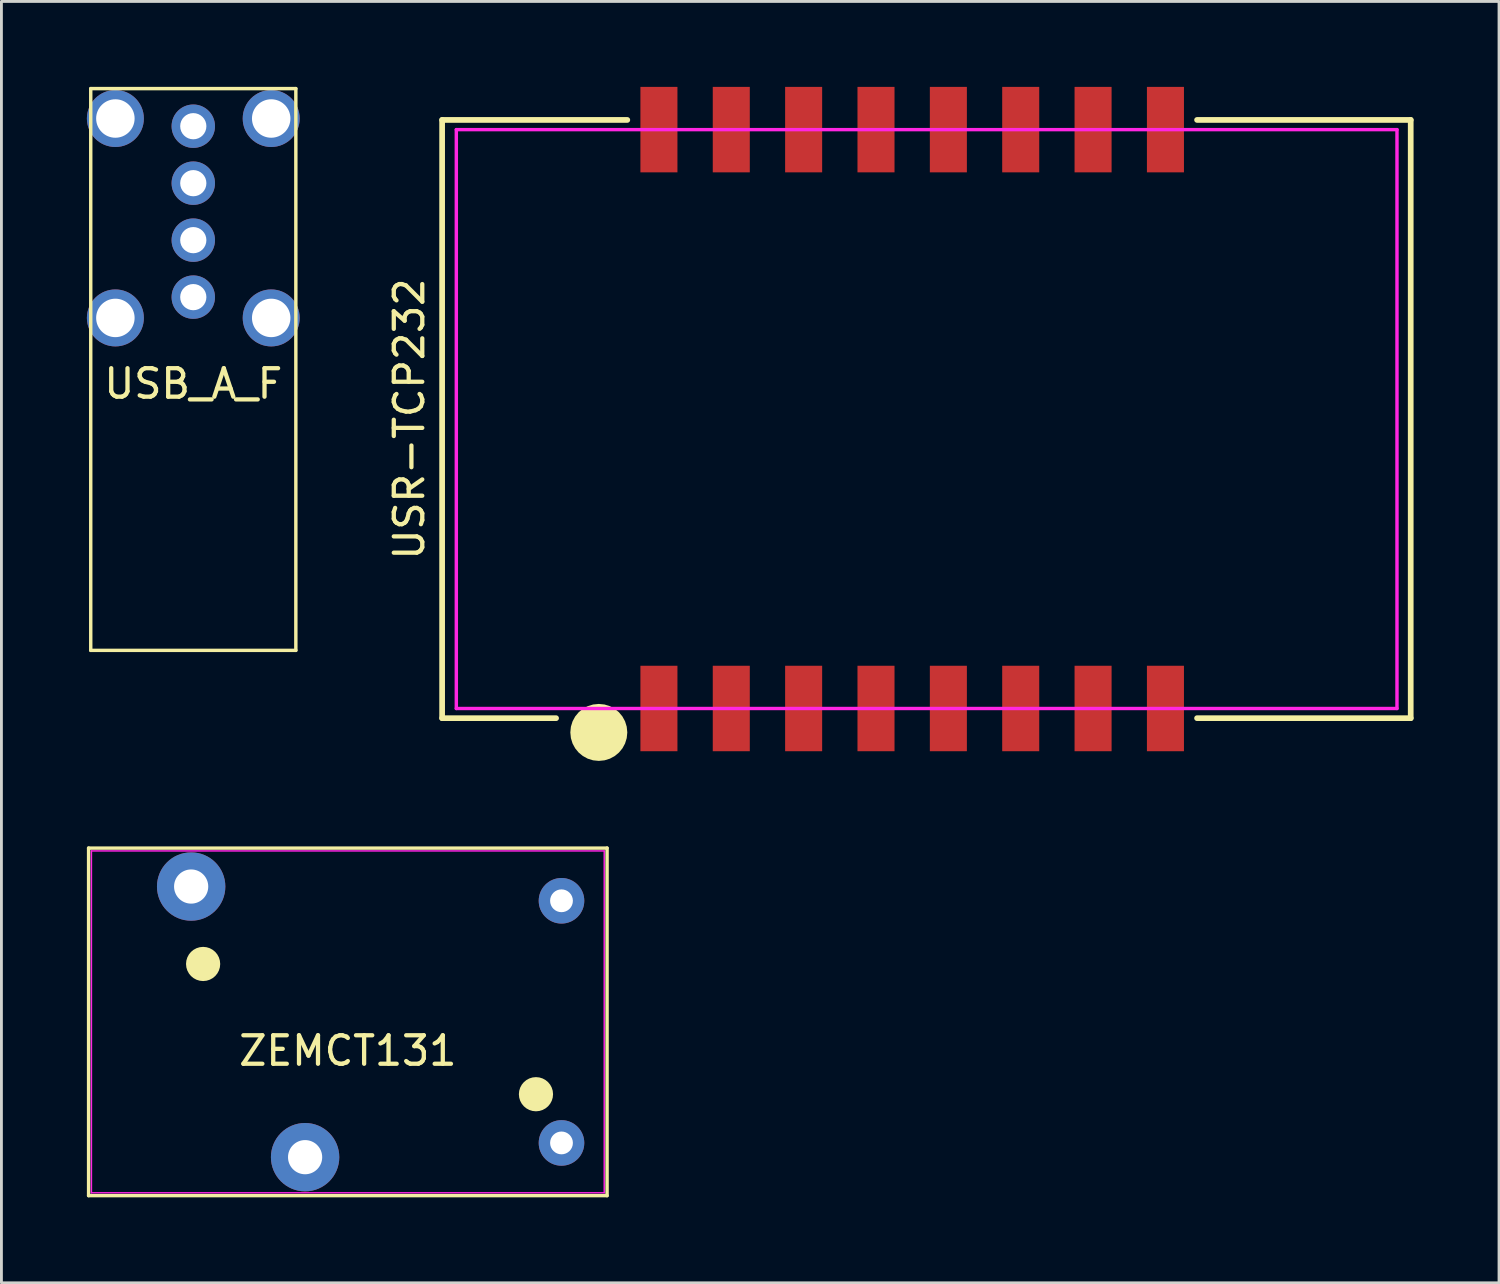
<source format=kicad_pcb>
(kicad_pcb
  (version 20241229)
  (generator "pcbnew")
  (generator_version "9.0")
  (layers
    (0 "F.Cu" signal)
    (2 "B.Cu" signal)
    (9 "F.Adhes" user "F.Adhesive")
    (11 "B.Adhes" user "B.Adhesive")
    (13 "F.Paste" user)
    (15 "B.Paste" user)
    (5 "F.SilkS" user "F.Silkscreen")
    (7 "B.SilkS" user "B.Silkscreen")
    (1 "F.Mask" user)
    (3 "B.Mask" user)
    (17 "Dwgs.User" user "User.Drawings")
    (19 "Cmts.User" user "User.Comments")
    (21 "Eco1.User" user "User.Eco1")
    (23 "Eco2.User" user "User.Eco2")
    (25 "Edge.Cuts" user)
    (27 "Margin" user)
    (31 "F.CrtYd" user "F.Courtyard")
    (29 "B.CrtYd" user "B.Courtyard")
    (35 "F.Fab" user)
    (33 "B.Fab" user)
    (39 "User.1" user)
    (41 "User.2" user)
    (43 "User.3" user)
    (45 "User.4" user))
  (footprint "USR-TCP232"
    (layer "F.Cu")
    (at 28.97 11.66)
    (property "Reference" "USR-TCP232" (at -17.652 0 90) (layer "F.SilkS") (effects (font (size 1 1) (thickness 0.15))))
    (attr smd)
    (fp_line (start -16.5 -10.5) (end -16.5 10.5) (stroke (width 0.2) (type solid)) (layer "F.SilkS"))
    (fp_line (start -16.5 10.5) (end -12.5 10.5) (stroke (width 0.2) (type solid)) (layer "F.SilkS"))
    (fp_line (start -10 -10.5) (end -16.5 -10.5) (stroke (width 0.2) (type solid)) (layer "F.SilkS"))
    (fp_line (start 10 10.5) (end 17.5 10.5) (stroke (width 0.2) (type solid)) (layer "F.SilkS"))
    (fp_line (start 17.5 -10.5) (end 10 -10.5) (stroke (width 0.2) (type solid)) (layer "F.SilkS"))
    (fp_line (start 17.5 10.5) (end 17.5 -10.5) (stroke (width 0.2) (type solid)) (layer "F.SilkS"))
    (fp_circle (center -11 11) (end -10.5 11) (stroke (width 1) (type solid)) (fill no) (layer "F.SilkS"))
    (fp_line (start -16.002 -10.16) (end 17.018 -10.16) (stroke (width 0.12) (type solid)) (layer "F.CrtYd"))
    (fp_line (start -16.002 10.16) (end -16.002 -10.16) (stroke (width 0.12) (type solid)) (layer "F.CrtYd"))
    (fp_line (start -16.002 10.16) (end 17.018 10.16) (stroke (width 0.12) (type solid)) (layer "F.CrtYd"))
    (fp_line (start 17.018 -10.16) (end 17.018 10.16) (stroke (width 0.12) (type solid)) (layer "F.CrtYd"))
    (pad "1" smd rect (at -8.89 10.16) (size 1.3 3) (layers "F.Cu" "F.Mask" "F.Paste"))
    (pad "2" smd rect (at -6.35 10.16) (size 1.3 3) (layers "F.Cu" "F.Mask" "F.Paste"))
    (pad "3" smd rect (at -3.81 10.16) (size 1.3 3) (layers "F.Cu" "F.Mask" "F.Paste"))
    (pad "4" smd rect (at -1.27 10.16) (size 1.3 3) (layers "F.Cu" "F.Mask" "F.Paste"))
    (pad "5" smd rect (at 1.27 10.16) (size 1.3 3) (layers "F.Cu" "F.Mask" "F.Paste"))
    (pad "6" smd rect (at 3.81 10.16) (size 1.3 3) (layers "F.Cu" "F.Mask" "F.Paste"))
    (pad "7" smd rect (at 6.35 10.16) (size 1.3 3) (layers "F.Cu" "F.Mask" "F.Paste"))
    (pad "8" smd rect (at 8.89 10.16) (size 1.3 3) (layers "F.Cu" "F.Mask" "F.Paste"))
    (pad "9" smd rect (at 8.89 -10.16) (size 1.3 3) (layers "F.Cu" "F.Mask" "F.Paste"))
    (pad "10" smd rect (at 6.35 -10.16) (size 1.3 3) (layers "F.Cu" "F.Mask" "F.Paste"))
    (pad "11" smd rect (at 3.81 -10.16) (size 1.3 3) (layers "F.Cu" "F.Mask" "F.Paste"))
    (pad "12" smd rect (at 1.27 -10.16) (size 1.3 3) (layers "F.Cu" "F.Mask" "F.Paste"))
    (pad "13" smd rect (at -1.27 -10.16) (size 1.3 3) (layers "F.Cu" "F.Mask" "F.Paste"))
    (pad "14" smd rect (at -3.81 -10.16) (size 1.3 3) (layers "F.Cu" "F.Mask" "F.Paste"))
    (pad "15" smd rect (at -6.35 -10.16) (size 1.3 3) (layers "F.Cu" "F.Mask" "F.Paste"))
    (pad "16" smd rect (at -8.89 -10.16) (size 1.3 3) (layers "F.Cu" "F.Mask" "F.Paste")))
  (footprint "ZEMCT131"
    (layer "F.Cu")
    (at 9.16 32.82)
    (property "Reference" "ZEMCT131" (at 0 1.016 0) (layer "F.SilkS") (effects (font (size 1 1) (thickness 0.15))))
    (attr through_hole)
    (fp_line (start -9.1 -6.1) (end 9.1 -6.1) (stroke (width 0.12) (type solid)) (layer "F.SilkS"))
    (fp_line (start -9.1 6.1) (end -9.1 -6.1) (stroke (width 0.12) (type solid)) (layer "F.SilkS"))
    (fp_line (start 9.1 -6.1) (end 9.1 6.1) (stroke (width 0.12) (type solid)) (layer "F.SilkS"))
    (fp_line (start 9.1 6.1) (end -9.1 6.1) (stroke (width 0.12) (type solid)) (layer "F.SilkS"))
    (fp_circle (center -5.08 -2.032) (end -4.78 -2.032) (stroke (width 0.6) (type solid)) (fill no) (layer "F.SilkS"))
    (fp_circle (center 6.604 2.54) (end 6.904 2.54) (stroke (width 0.6) (type solid)) (fill no) (layer "F.SilkS"))
    (fp_line (start -9 -6) (end 9 -6) (stroke (width 0.05) (type solid)) (layer "F.CrtYd"))
    (fp_line (start -9 6) (end -9 -6) (stroke (width 0.05) (type solid)) (layer "F.CrtYd"))
    (fp_line (start 9 -6) (end 9 6) (stroke (width 0.05) (type solid)) (layer "F.CrtYd"))
    (fp_line (start 9 6) (end -9 6) (stroke (width 0.05) (type solid)) (layer "F.CrtYd"))
    (pad "1" thru_hole circle (at -1.5 4.75) (size 2.4 2.4) (drill 1.2) (layers "*.Cu" "*.Mask"))
    (pad "2" thru_hole circle (at -5.5 -4.75) (size 2.4 2.4) (drill 1.2) (layers "*.Cu" "*.Mask"))
    (pad "3" thru_hole oval (at 7.5 -4.25) (size 1.6 1.6) (drill 0.8) (layers "*.Cu" "*.Mask"))
    (pad "4" thru_hole oval (at 7.5 4.25) (size 1.6 1.6) (drill 0.8) (layers "*.Cu" "*.Mask")))
  (footprint "USB_A_F"
    (layer "F.Cu")
    (at 3.735 9.92)
    (property "Reference" "USB_A_F" (at 0 0.5 0) (layer "F.SilkS") (effects (font (size 1 1) (thickness 0.15))))
    (attr through_hole)
    (fp_line (start -3.6 -9.86) (end 3.6 -9.86) (stroke (width 0.12) (type solid)) (layer "F.SilkS"))
    (fp_line (start -3.6 9.86) (end -3.6 -9.86) (stroke (width 0.12) (type solid)) (layer "F.SilkS"))
    (fp_line (start -3.6 9.86) (end 3.6 9.86) (stroke (width 0.12) (type solid)) (layer "F.SilkS"))
    (fp_line (start 3.6 9.86) (end 3.6 -9.86) (stroke (width 0.12) (type solid)) (layer "F.SilkS"))
    (pad "1" thru_hole circle (at 0 -2.54) (size 1.524 1.524) (drill 0.92) (layers "*.Cu" "*.Mask"))
    (pad "2" thru_hole circle (at 0 -4.54) (size 1.524 1.524) (drill 0.92) (layers "*.Cu" "*.Mask"))
    (pad "3" thru_hole circle (at 0 -6.54) (size 1.524 1.524) (drill 0.92) (layers "*.Cu" "*.Mask"))
    (pad "4" thru_hole circle (at 0 -8.54) (size 1.524 1.524) (drill 0.92) (layers "*.Cu" "*.Mask"))
    (pad "5" thru_hole circle (at -2.735 -8.81) (size 2 2) (drill 1.35) (layers "*.Cu" "*.Mask"))
    (pad "5" thru_hole circle (at -2.735 -1.81) (size 2 2) (drill 1.35) (layers "*.Cu" "*.Mask"))
    (pad "5" thru_hole circle (at 2.735 -8.81) (size 2 2) (drill 1.35) (layers "*.Cu" "*.Mask"))
    (pad "5" thru_hole circle (at 2.735 -1.81) (size 2 2) (drill 1.35) (layers "*.Cu" "*.Mask")))
  (gr_rect
    (start -3 -3)
    (end 49.57 41.98)
    (stroke (width 0.1) (type default))
    (fill no)
    (layer "Edge.Cuts")))
</source>
